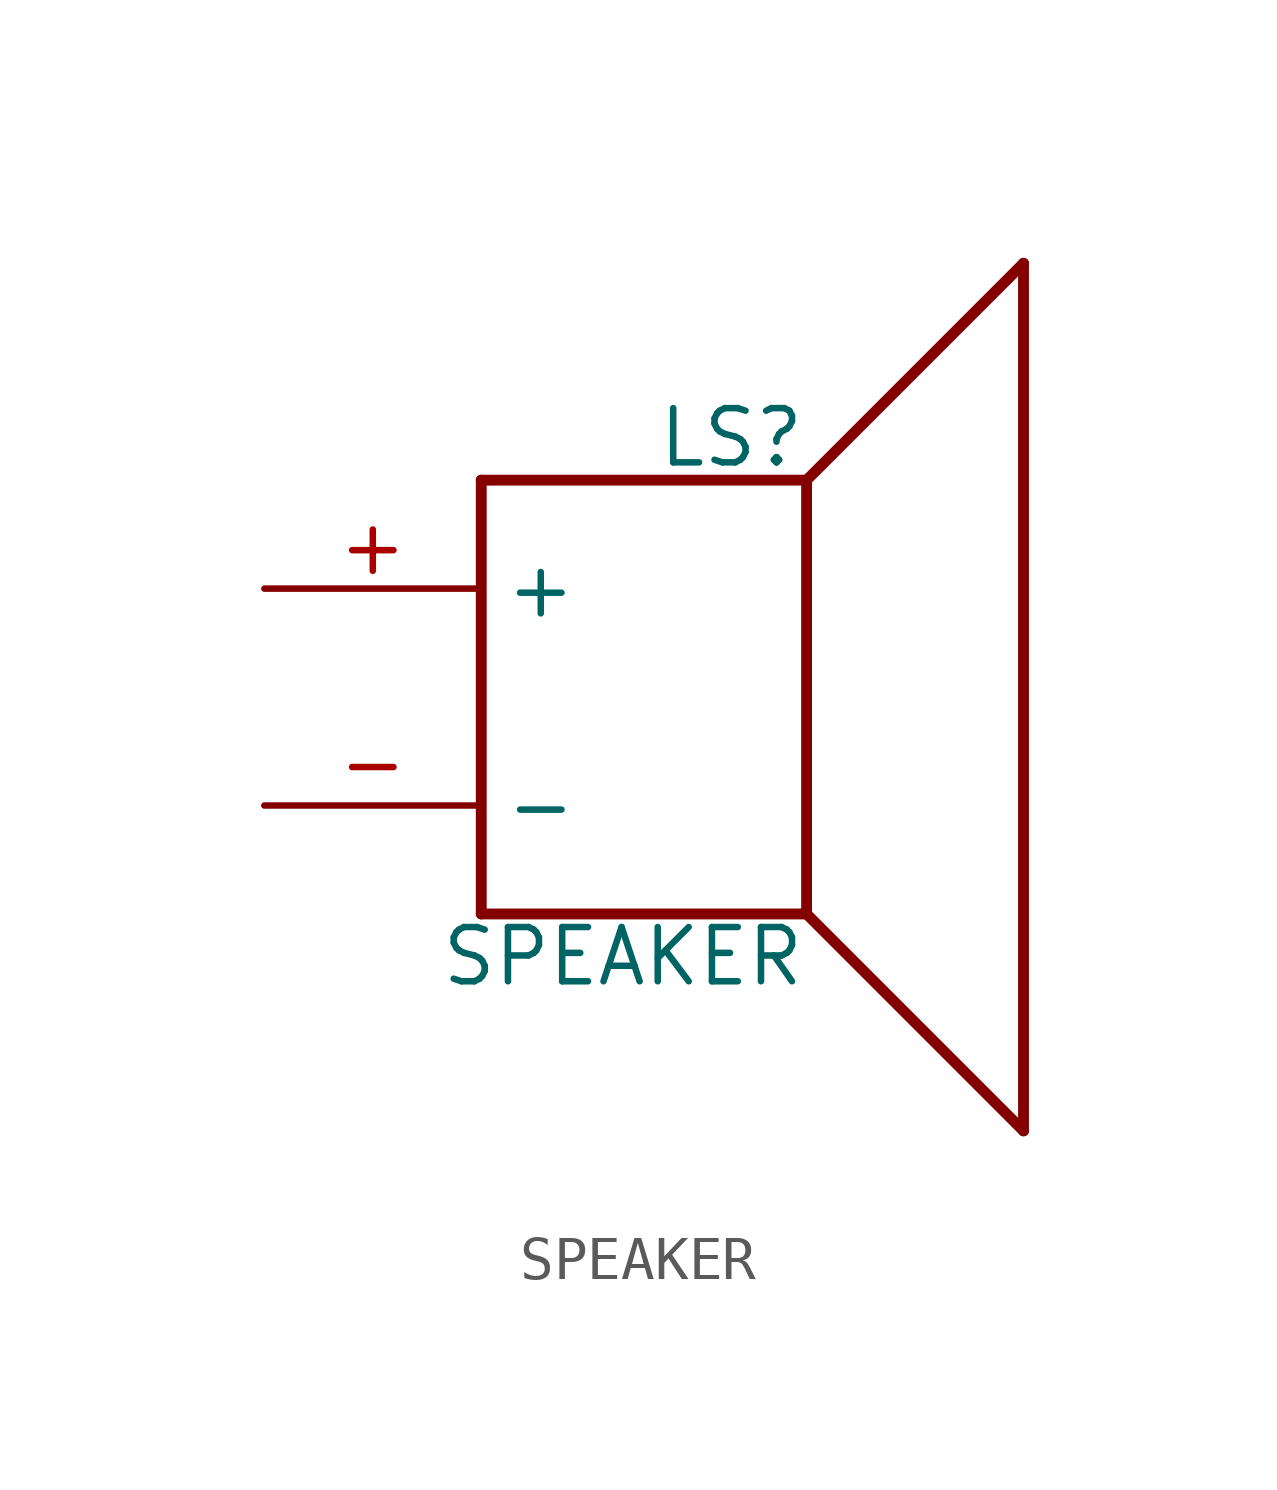
<source format=kicad_sym>
(kicad_symbol_lib
  (version 20220331)
  (generator kicad_symbol_editor)
  (symbol "SPEAKER"
    (property "Reference" "LS"
      (at 2.54 5.334 0)
      (effects (font (size 1.27 1.27)) (justify right bottom)))
    (property "Value" "SPEAKER"
      (at 2.54 -5.334 0)
      (effects (font (size 1.27 1.27)) (justify right top)))
    (property "ki_locked" ""
      (at 0 0 0)
      (effects (font (size 1.27 1.27))))
    (symbol "SPEAKER_1_0"
      (polyline (pts (xy -5.08 -5.08) (xy 2.54 -5.08)) (stroke (width 0.254) (type solid)) (fill (type none)))
      (polyline (pts (xy -5.08 5.08) (xy -5.08 -5.08)) (stroke (width 0.254) (type solid)) (fill (type none)))
      (polyline (pts (xy 2.54 -5.08) (xy 2.54 5.08)) (stroke (width 0.254) (type solid)) (fill (type none)))
      (polyline (pts (xy 2.54 5.08) (xy -5.08 5.08)) (stroke (width 0.254) (type solid)) (fill (type none)))
      (polyline (pts (xy 2.54 5.08) (xy 7.62 10.16)) (stroke (width 0.254) (type solid)) (fill (type none)))
      (polyline (pts (xy 7.62 -10.16) (xy 2.54 -5.08)) (stroke (width 0.254) (type solid)) (fill (type none)))
      (polyline (pts (xy 7.62 10.16) (xy 7.62 -10.16)) (stroke (width 0.254) (type solid)) (fill (type none)))
      (pin bidirectional line (at -10.16 2.54 0) (length 5.08) (name "+" (effects (font (size 1.27 1.27)))) (number "+" (effects (font (size 1.27 1.27)))))
      (pin bidirectional line (at -10.16 -2.54 0) (length 5.08) (name "-" (effects (font (size 1.27 1.27)))) (number "-" (effects (font (size 1.27 1.27))))))))
</source>
